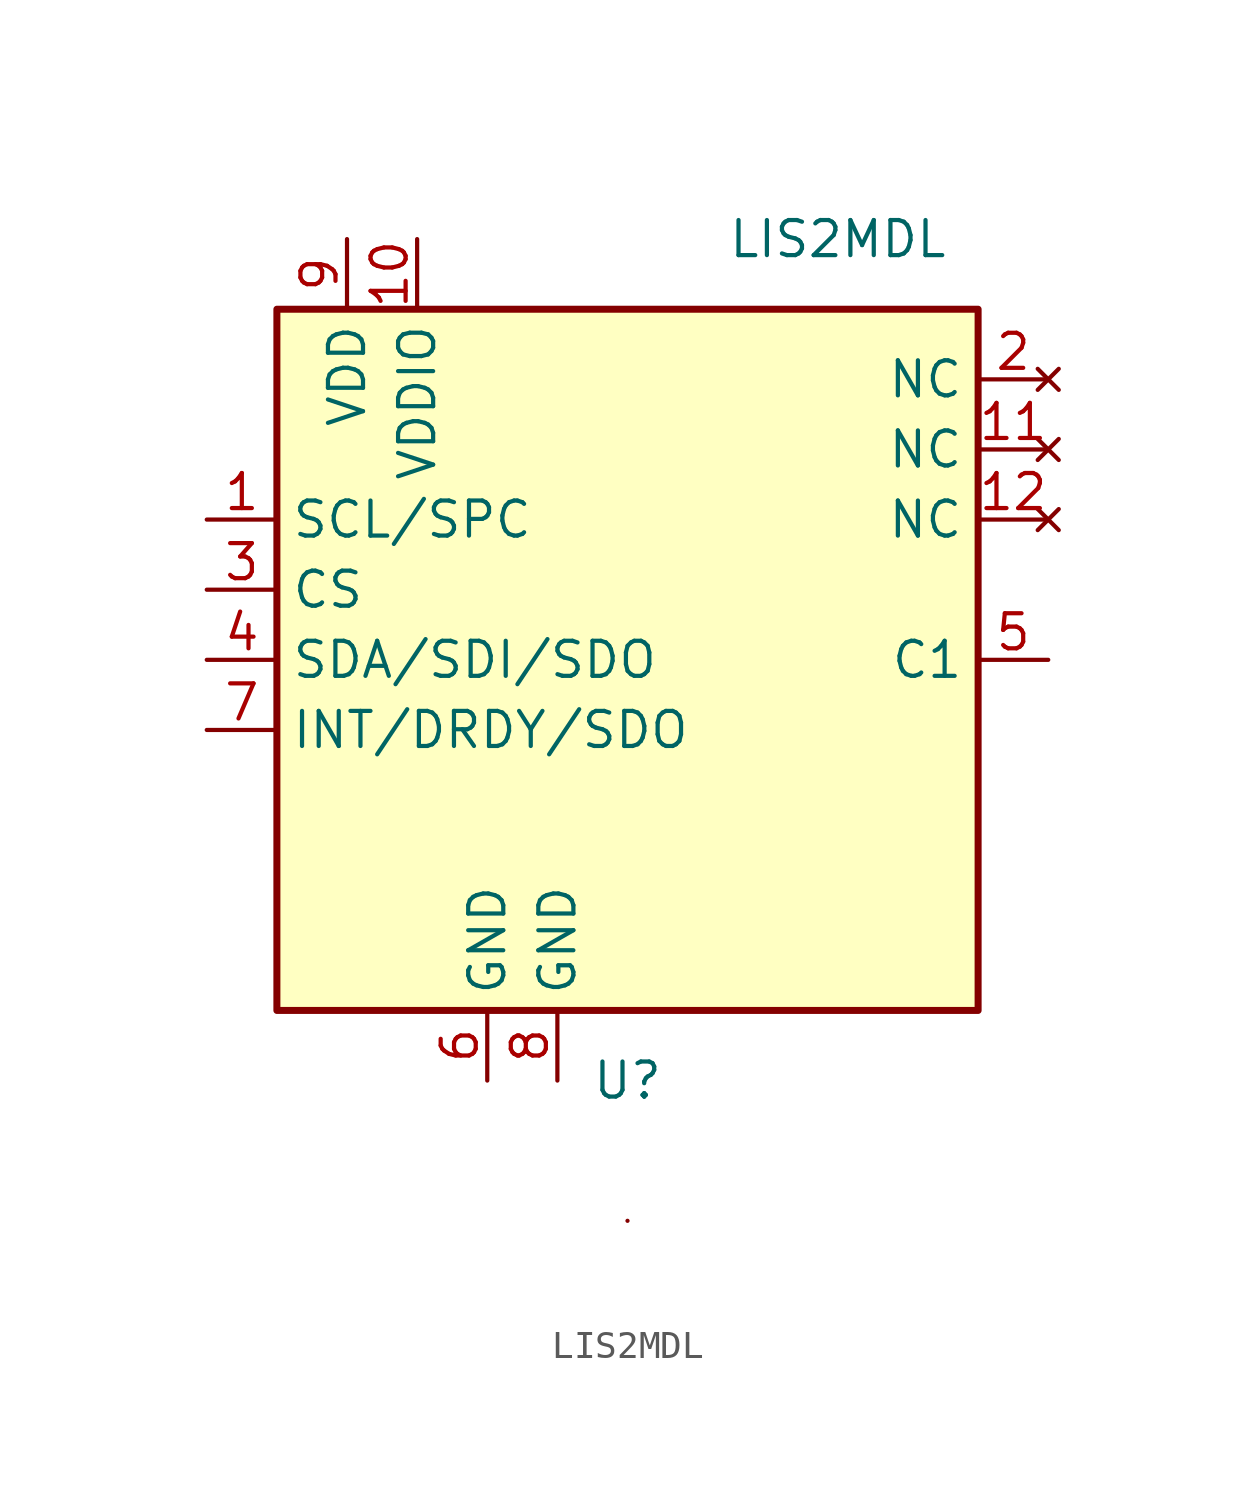
<source format=kicad_sym>
(kicad_symbol_lib
  (version 20211014)
  (generator kicad_symbol_editor)
  (symbol "LIS2MDL"
    (property "Reference" "U"
      (at 0 -15.24 0)
      (effects (font (size 1.27 1.27))))
    (property "Value" "LIS2MDL"
      (at 7.62 15.24 0)
      (effects (font (size 1.27 1.27))))
    (symbol "LIS2MDL_0_1"
      (rectangle (start -12.7 12.7) (end 12.7 -12.7) (stroke (width 0.254) (type default) (color 0 0 0 0)) (fill (type background)))
      (rectangle (start 0 -20.32) (end 0 -20.32) (stroke (width 0) (type default) (color 0 0 0 0)) (fill (type none))))
    (symbol "LIS2MDL_1_1"
      (pin input line (at -15.24 5.08 0) (length 2.54) (name "SCL/SPC" (effects (font (size 1.27 1.27)))) (number "1" (effects (font (size 1.27 1.27)))))
      (pin power_in line (at -7.62 15.24 270) (length 2.54) (name "VDDIO" (effects (font (size 1.27 1.27)))) (number "10" (effects (font (size 1.27 1.27)))))
      (pin no_connect line (at 15.24 7.62 180) (length 2.54) (name "NC" (effects (font (size 1.27 1.27)))) (number "11" (effects (font (size 1.27 1.27)))))
      (pin no_connect line (at 15.24 5.08 180) (length 2.54) (name "NC" (effects (font (size 1.27 1.27)))) (number "12" (effects (font (size 1.27 1.27)))))
      (pin no_connect line (at 15.24 10.16 180) (length 2.54) (name "NC" (effects (font (size 1.27 1.27)))) (number "2" (effects (font (size 1.27 1.27)))))
      (pin input line (at -15.24 2.54 0) (length 2.54) (name "CS" (effects (font (size 1.27 1.27)))) (number "3" (effects (font (size 1.27 1.27)))))
      (pin bidirectional line (at -15.24 0 0) (length 2.54) (name "SDA/SDI/SDO" (effects (font (size 1.27 1.27)))) (number "4" (effects (font (size 1.27 1.27)))))
      (pin passive line (at 15.24 0 180) (length 2.54) (name "C1" (effects (font (size 1.27 1.27)))) (number "5" (effects (font (size 1.27 1.27)))))
      (pin power_in line (at -5.08 -15.24 90) (length 2.54) (name "GND" (effects (font (size 1.27 1.27)))) (number "6" (effects (font (size 1.27 1.27)))))
      (pin output line (at -15.24 -2.54 0) (length 2.54) (name "INT/DRDY/SDO" (effects (font (size 1.27 1.27)))) (number "7" (effects (font (size 1.27 1.27)))))
      (pin power_in line (at -2.54 -15.24 90) (length 2.54) (name "GND" (effects (font (size 1.27 1.27)))) (number "8" (effects (font (size 1.27 1.27)))))
      (pin power_in line (at -10.16 15.24 270) (length 2.54) (name "VDD" (effects (font (size 1.27 1.27)))) (number "9" (effects (font (size 1.27 1.27))))))))
</source>
